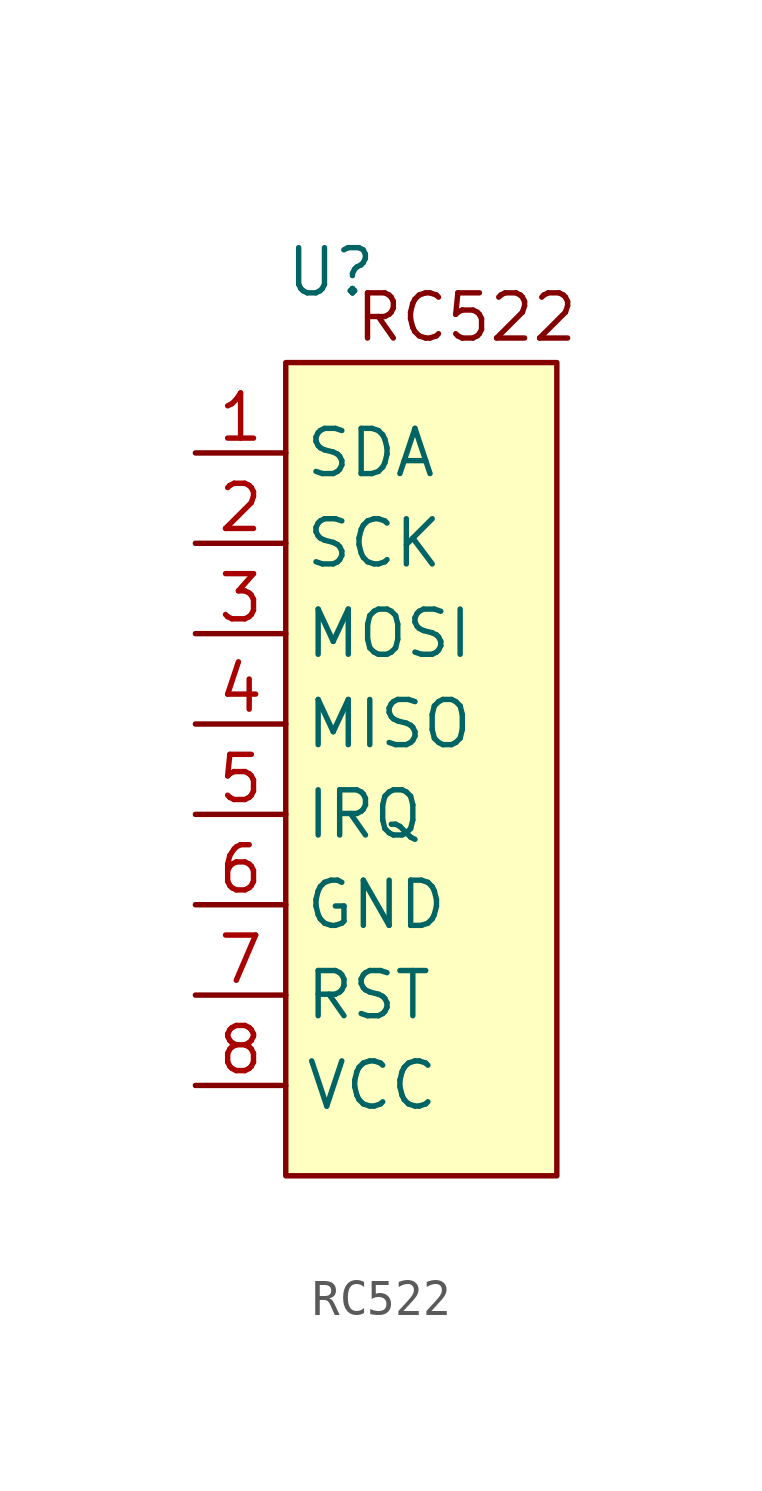
<source format=kicad_sym>
(kicad_symbol_lib
  (version 20231120)
  (generator "kicad_symbol_editor")
  (generator_version "8.0")
  (symbol "RC522"
    (property "Reference" "U"
      (at 3.81 5.08 0)
      (effects (font (size 1.27 1.27))))
    (property "Value" ""
      (at 3.81 5.08 0)
      (effects (font (size 1.27 1.27))))
    (symbol "RC522_0_0"
      (pin bidirectional line (at 0 0 0) (length 2.54) (name "SDA" (effects (font (size 1.27 1.27)))) (number "1" (effects (font (size 1.27 1.27)))))
      (pin bidirectional line (at 0 -5.08 0) (length 2.54) (name "MOSI" (effects (font (size 1.27 1.27)))) (number "3" (effects (font (size 1.27 1.27)))))
      (pin bidirectional line (at 0 -7.62 0) (length 2.54) (name "MISO" (effects (font (size 1.27 1.27)))) (number "4" (effects (font (size 1.27 1.27)))))
      (pin input line (at 0 -10.16 0) (length 2.54) (name "IRQ" (effects (font (size 1.27 1.27)))) (number "5" (effects (font (size 1.27 1.27)))))
      (pin output line (at 0 -12.7 0) (length 2.54) (name "GND" (effects (font (size 1.27 1.27)))) (number "6" (effects (font (size 1.27 1.27)))))
      (pin output line (at 0 -15.24 0) (length 2.54) (name "RST" (effects (font (size 1.27 1.27)))) (number "7" (effects (font (size 1.27 1.27)))))
      (pin output line (at 0 -17.78 0) (length 2.54) (name "VCC" (effects (font (size 1.27 1.27)))) (number "8" (effects (font (size 1.27 1.27))))))
    (symbol "RC522_1_0"
      (pin bidirectional line (at 0 -2.54 0) (length 2.54) (name "SCK" (effects (font (size 1.27 1.27)))) (number "2" (effects (font (size 1.27 1.27))))))
    (symbol "RC522_1_1"
      (rectangle (start 2.54 2.54) (end 10.16 -20.32) (stroke (width 0) (type default)) (fill (type background)))
      (text "RC522" (at 7.62 3.81 0) (effects (font (size 1.27 1.27)))))))
</source>
